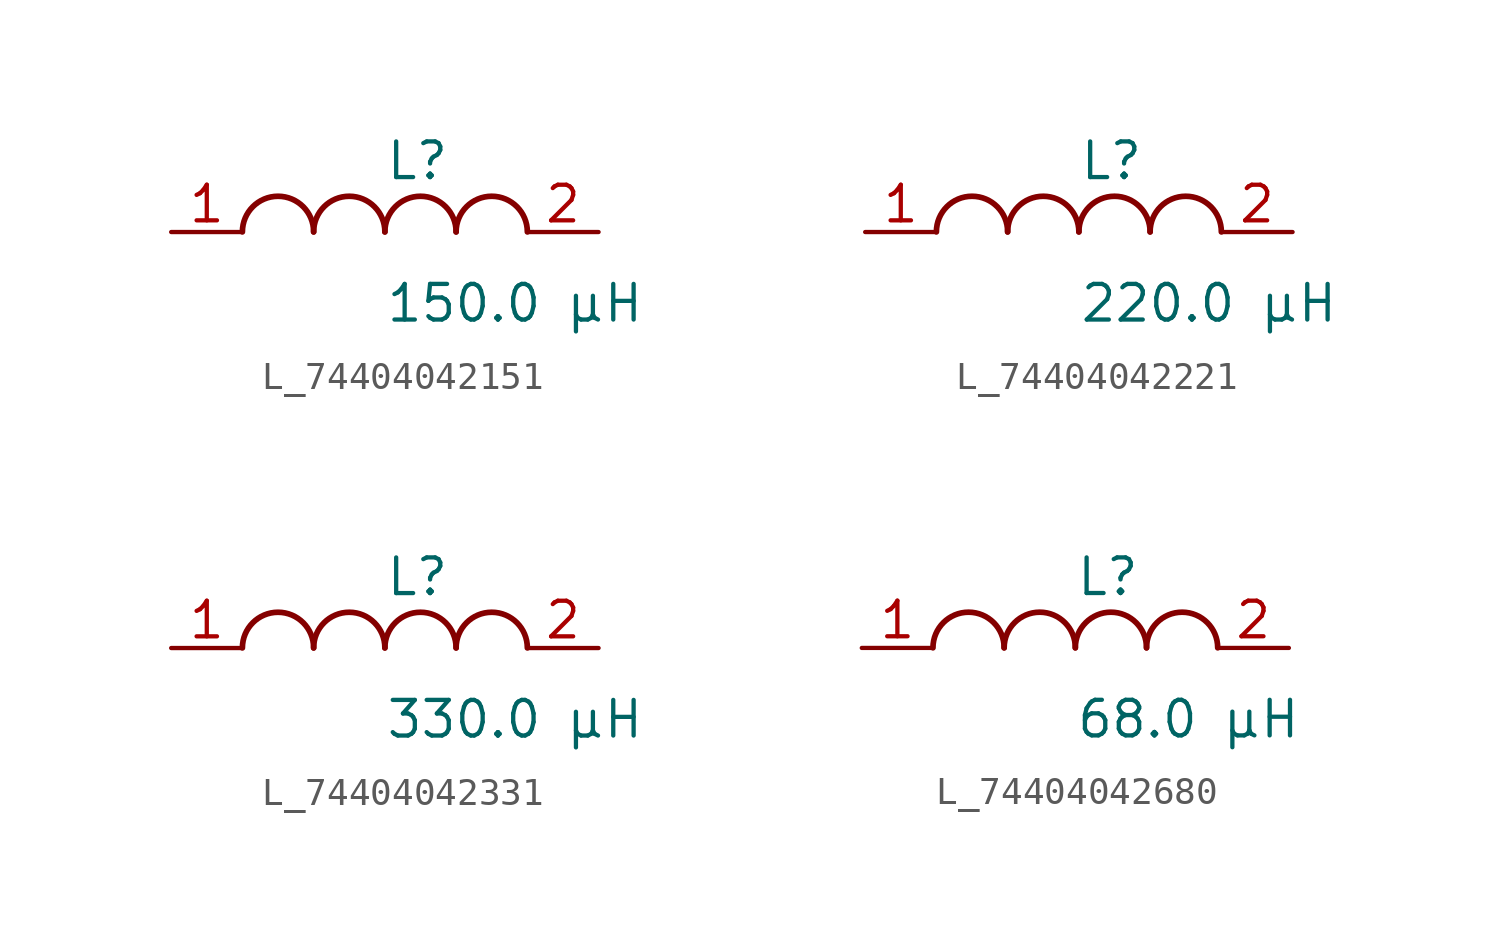
<source format=kicad_sym>
(kicad_symbol_lib
  (version 20231120)
  (generator kicad_symbol_editor)
  (generator_version 8.0)
  (symbol "L_74404042151"
    (pin_names
      (offset 0.254))
    (property "Reference" "L"
      (at 0.0 2.54 0)
      (effects (font (size 1.27 1.27)) (justify left)))
    (property "Value" "150.0 µH"
      (at 0.0 -2.54 0)
      (effects (font (size 1.27 1.27)) (justify left)))
    (symbol "L_74404042151_1_1"
      (arc (start -2.54 0.0056) (mid -3.81 1.27) (end -5.08 0.0056) (stroke (width 0.2032) (type default)) (fill (type none)))
      (arc (start 0 0.0056) (mid -1.27 1.27) (end -2.54 0.0056) (stroke (width 0.2032) (type default)) (fill (type none)))
      (arc (start 2.54 0.0056) (mid 1.27 1.27) (end 0 0.0056) (stroke (width 0.2032) (type default)) (fill (type none)))
      (arc (start 5.08 0.0056) (mid 3.81 1.27) (end 2.54 0.0056) (stroke (width 0.2032) (type default)) (fill (type none)))
      (pin unspecified line (at -7.62 0 0) (length 2.54) (name "" (effects (font (size 1.27 1.27)))) (number "1" (effects (font (size 1.27 1.27)))))
      (pin unspecified line (at 7.62 0 180) (length 2.54) (name "" (effects (font (size 1.27 1.27)))) (number "2" (effects (font (size 1.27 1.27)))))))
  (symbol "L_74404042221"
    (pin_names
      (offset 0.254))
    (property "Reference" "L"
      (at 0.0 2.54 0)
      (effects (font (size 1.27 1.27)) (justify left)))
    (property "Value" "220.0 µH"
      (at 0.0 -2.54 0)
      (effects (font (size 1.27 1.27)) (justify left)))
    (symbol "L_74404042221_1_1"
      (arc (start -2.54 0.0056) (mid -3.81 1.27) (end -5.08 0.0056) (stroke (width 0.2032) (type default)) (fill (type none)))
      (arc (start 0 0.0056) (mid -1.27 1.27) (end -2.54 0.0056) (stroke (width 0.2032) (type default)) (fill (type none)))
      (arc (start 2.54 0.0056) (mid 1.27 1.27) (end 0 0.0056) (stroke (width 0.2032) (type default)) (fill (type none)))
      (arc (start 5.08 0.0056) (mid 3.81 1.27) (end 2.54 0.0056) (stroke (width 0.2032) (type default)) (fill (type none)))
      (pin unspecified line (at -7.62 0 0) (length 2.54) (name "" (effects (font (size 1.27 1.27)))) (number "1" (effects (font (size 1.27 1.27)))))
      (pin unspecified line (at 7.62 0 180) (length 2.54) (name "" (effects (font (size 1.27 1.27)))) (number "2" (effects (font (size 1.27 1.27)))))))
  (symbol "L_74404042331"
    (pin_names
      (offset 0.254))
    (property "Reference" "L"
      (at 0.0 2.54 0)
      (effects (font (size 1.27 1.27)) (justify left)))
    (property "Value" "330.0 µH"
      (at 0.0 -2.54 0)
      (effects (font (size 1.27 1.27)) (justify left)))
    (symbol "L_74404042331_1_1"
      (arc (start -2.54 0.0056) (mid -3.81 1.27) (end -5.08 0.0056) (stroke (width 0.2032) (type default)) (fill (type none)))
      (arc (start 0 0.0056) (mid -1.27 1.27) (end -2.54 0.0056) (stroke (width 0.2032) (type default)) (fill (type none)))
      (arc (start 2.54 0.0056) (mid 1.27 1.27) (end 0 0.0056) (stroke (width 0.2032) (type default)) (fill (type none)))
      (arc (start 5.08 0.0056) (mid 3.81 1.27) (end 2.54 0.0056) (stroke (width 0.2032) (type default)) (fill (type none)))
      (pin unspecified line (at -7.62 0 0) (length 2.54) (name "" (effects (font (size 1.27 1.27)))) (number "1" (effects (font (size 1.27 1.27)))))
      (pin unspecified line (at 7.62 0 180) (length 2.54) (name "" (effects (font (size 1.27 1.27)))) (number "2" (effects (font (size 1.27 1.27)))))))
  (symbol "L_74404042680"
    (pin_names
      (offset 0.254))
    (property "Reference" "L"
      (at 0.0 2.54 0)
      (effects (font (size 1.27 1.27)) (justify left)))
    (property "Value" "68.0 µH"
      (at 0.0 -2.54 0)
      (effects (font (size 1.27 1.27)) (justify left)))
    (symbol "L_74404042680_1_1"
      (arc (start -2.54 0.0056) (mid -3.81 1.27) (end -5.08 0.0056) (stroke (width 0.2032) (type default)) (fill (type none)))
      (arc (start 0 0.0056) (mid -1.27 1.27) (end -2.54 0.0056) (stroke (width 0.2032) (type default)) (fill (type none)))
      (arc (start 2.54 0.0056) (mid 1.27 1.27) (end 0 0.0056) (stroke (width 0.2032) (type default)) (fill (type none)))
      (arc (start 5.08 0.0056) (mid 3.81 1.27) (end 2.54 0.0056) (stroke (width 0.2032) (type default)) (fill (type none)))
      (pin unspecified line (at -7.62 0 0) (length 2.54) (name "" (effects (font (size 1.27 1.27)))) (number "1" (effects (font (size 1.27 1.27)))))
      (pin unspecified line (at 7.62 0 180) (length 2.54) (name "" (effects (font (size 1.27 1.27)))) (number "2" (effects (font (size 1.27 1.27))))))))
</source>
